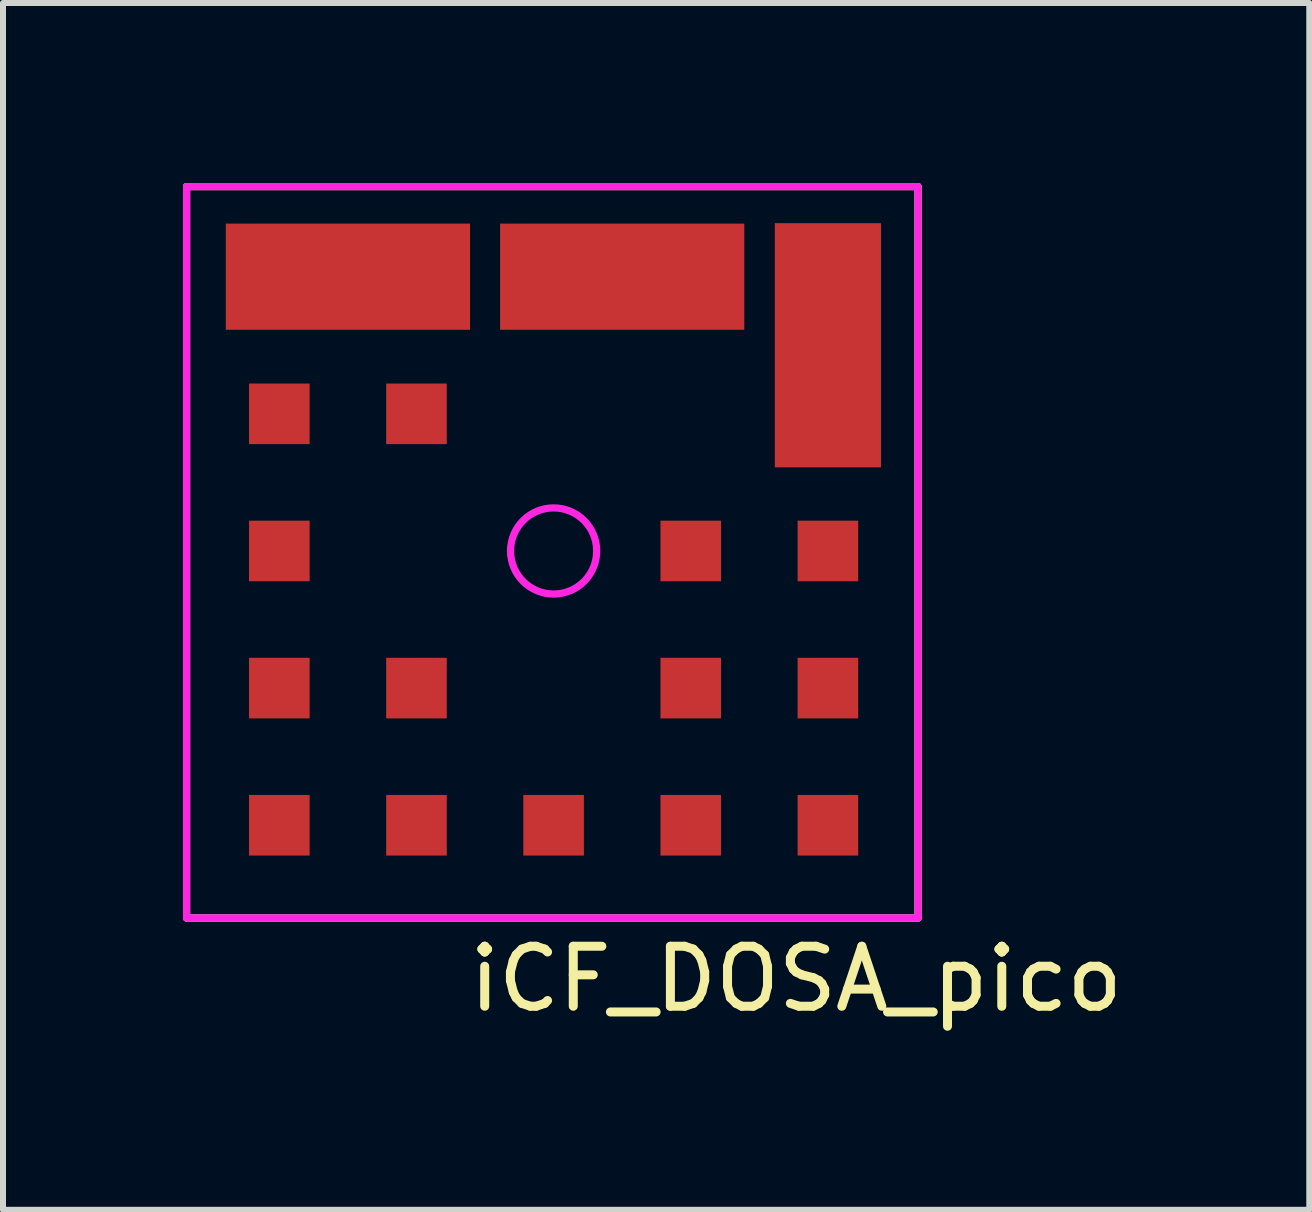
<source format=kicad_pcb>
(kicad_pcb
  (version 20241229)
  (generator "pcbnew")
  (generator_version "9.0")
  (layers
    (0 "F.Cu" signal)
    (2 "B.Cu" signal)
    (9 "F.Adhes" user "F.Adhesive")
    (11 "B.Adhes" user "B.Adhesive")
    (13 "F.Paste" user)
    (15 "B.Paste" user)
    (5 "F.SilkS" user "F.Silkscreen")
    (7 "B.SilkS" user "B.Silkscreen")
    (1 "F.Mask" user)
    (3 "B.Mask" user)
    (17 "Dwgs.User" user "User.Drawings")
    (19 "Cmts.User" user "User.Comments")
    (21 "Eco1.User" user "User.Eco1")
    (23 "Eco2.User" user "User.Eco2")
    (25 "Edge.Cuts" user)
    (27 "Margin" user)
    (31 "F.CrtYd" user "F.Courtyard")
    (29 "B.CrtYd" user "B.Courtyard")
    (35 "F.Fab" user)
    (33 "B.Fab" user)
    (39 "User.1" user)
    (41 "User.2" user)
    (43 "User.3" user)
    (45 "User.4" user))
  (footprint "iCF_DOSA_pico"
    (layer "F.Cu")
    (at 6.156 6.156)
    (property "Reference" "iCF_DOSA_pico" (at 4.064 7.112 0) (layer "F.SilkS") (effects (font (size 1 1) (thickness 0.15))))
    (attr through_hole)
    (fp_line (start -6.096 -6.096) (end 6.096 -6.096) (stroke (width 0.12) (type solid)) (layer "F.SilkS"))
    (fp_line (start -6.096 6.096) (end -6.096 -6.096) (stroke (width 0.12) (type solid)) (layer "F.SilkS"))
    (fp_line (start -6.096 6.096) (end 6.096 6.096) (stroke (width 0.12) (type solid)) (layer "F.SilkS"))
    (fp_line (start 6.096 6.096) (end 6.096 -6.096) (stroke (width 0.12) (type solid)) (layer "F.SilkS"))
    (fp_line (start -6.096 -6.096) (end 6.096 -6.096) (stroke (width 0.12) (type solid)) (layer "F.CrtYd"))
    (fp_line (start -6.096 6.096) (end -6.096 -6.096) (stroke (width 0.12) (type solid)) (layer "F.CrtYd"))
    (fp_line (start -6.096 6.096) (end 6.096 6.096) (stroke (width 0.12) (type solid)) (layer "F.CrtYd"))
    (fp_line (start 6.096 6.096) (end 6.096 -6.096) (stroke (width 0.12) (type solid)) (layer "F.CrtYd"))
    (fp_circle (center 0.022 -0.022) (end 0.74 -0.022) (stroke (width 0.12) (type solid)) (fill no) (layer "F.CrtYd"))
    (pad "1" smd rect (at -4.55 -0.022 90) (size 1.01 1.01) (layers "F.Cu" "F.Mask" "F.Paste"))
    (pad "2" smd rect (at -3.407 -4.594 90) (size 1.77 4.07) (layers "F.Cu" "F.Mask" "F.Paste"))
    (pad "3" smd rect (at 1.165 -4.594 90) (size 1.77 4.07) (layers "F.Cu" "F.Mask" "F.Paste"))
    (pad "4" smd rect (at 4.594 -3.451 180) (size 1.77 4.07) (layers "F.Cu" "F.Mask" "F.Paste"))
    (pad "5" smd rect (at 4.594 -0.022 90) (size 1.01 1.01) (layers "F.Cu" "F.Mask" "F.Paste"))
    (pad "6" smd rect (at 4.594 4.55 90) (size 1.01 1.01) (layers "F.Cu" "F.Mask" "F.Paste"))
    (pad "7" smd rect (at 0.022 4.55 90) (size 1.01 1.01) (layers "F.Cu" "F.Mask" "F.Paste"))
    (pad "8" smd rect (at -2.264 4.55 90) (size 1.01 1.01) (layers "F.Cu" "F.Mask" "F.Paste"))
    (pad "9" smd rect (at -4.55 4.55 90) (size 1.01 1.01) (layers "F.Cu" "F.Mask" "F.Paste"))
    (pad "10" smd rect (at -4.55 2.264 90) (size 1.01 1.01) (layers "F.Cu" "F.Mask" "F.Paste"))
    (pad "11" smd rect (at -2.264 2.264 90) (size 1.01 1.01) (layers "F.Cu" "F.Mask" "F.Paste"))
    (pad "12" smd rect (at 2.308 2.264 90) (size 1.01 1.01) (layers "F.Cu" "F.Mask" "F.Paste"))
    (pad "13" smd rect (at 2.308 -0.022 90) (size 1.01 1.01) (layers "F.Cu" "F.Mask" "F.Paste"))
    (pad "14" smd rect (at 4.594 2.264 90) (size 1.01 1.01) (layers "F.Cu" "F.Mask" "F.Paste"))
    (pad "15" smd rect (at 2.308 4.55 90) (size 1.01 1.01) (layers "F.Cu" "F.Mask" "F.Paste"))
    (pad "16" smd rect (at -4.55 -2.308 90) (size 1.01 1.01) (layers "F.Cu" "F.Mask" "F.Paste"))
    (pad "17" smd rect (at -2.264 -2.308 90) (size 1.01 1.01) (layers "F.Cu" "F.Mask" "F.Paste")))
  (gr_rect
    (start -3 -3)
    (end 18.774 17.116)
    (stroke (width 0.1) (type default))
    (fill no)
    (layer "Edge.Cuts")))
</source>
